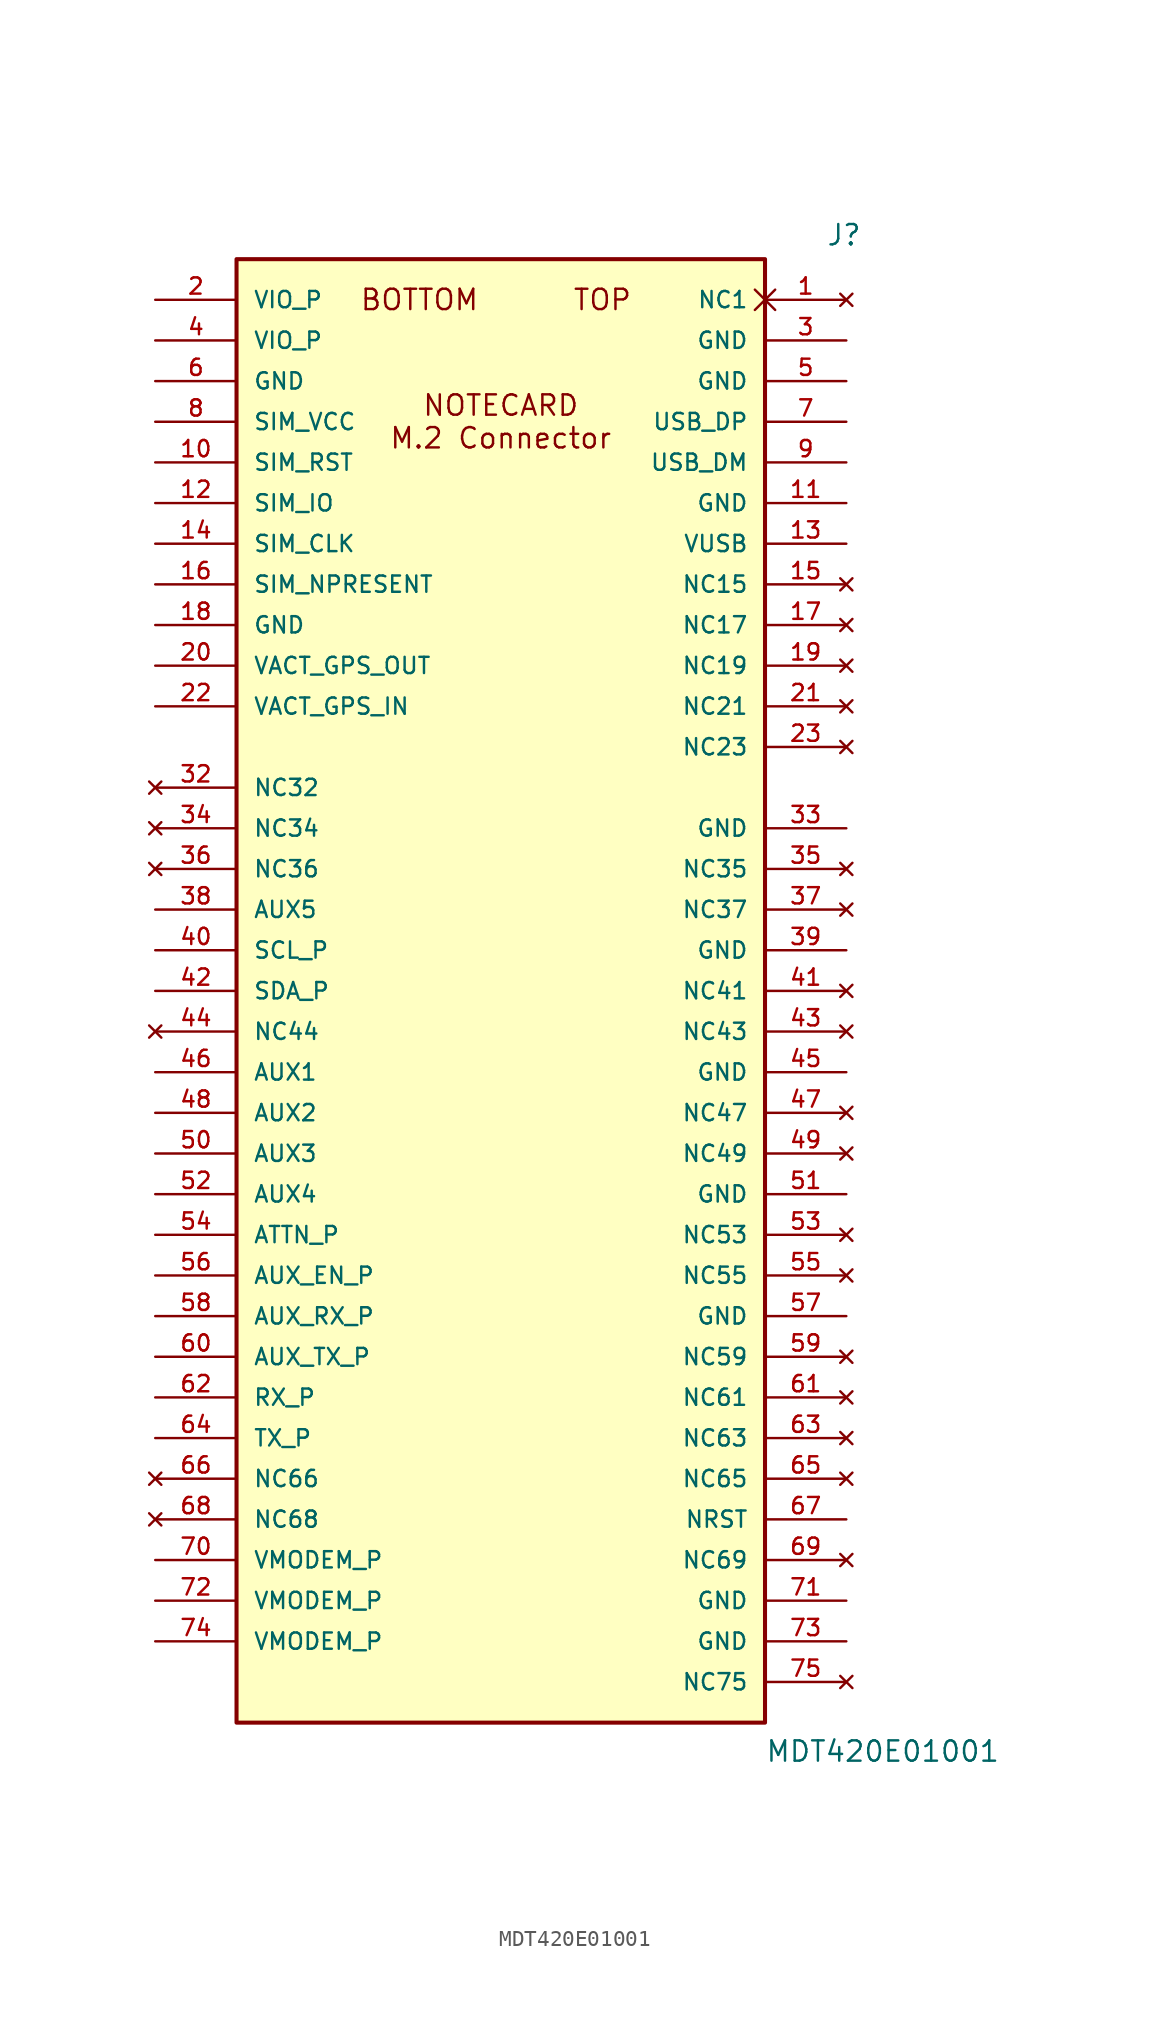
<source format=kicad_sym>
(kicad_symbol_lib
  (version 20220914)
  (generator kicad_symbol_editor)
  (symbol "MDT420E01001"
    (pin_names
      (offset 1.016))
    (property "Reference" "J"
      (at 20.32 46.482 0)
      (effects (font (size 1.27 1.27)) (justify left bottom)))
    (property "Value" "MDT420E01001"
      (at 16.51 -48.26 0)
      (effects (font (size 1.27 1.27)) (justify left bottom)))
    (symbol "MDT420E01001_0_0"
      (rectangle (start -16.51 45.72) (end 16.51 -45.72) (stroke (width 0.254) (type default)) (fill (type background))))
    (symbol "MDT420E01001_1_0"
      (pin no_connect non_logic (at 21.59 43.18 180) (length 5.08) (name "NC1" (effects (font (size 1.016 1.016)))) (number "1" (effects (font (size 1.016 1.016)))))
      (pin output line (at -21.59 33.02 0) (length 5.08) (name "SIM_RST" (effects (font (size 1.016 1.016)))) (number "10" (effects (font (size 1.016 1.016)))))
      (pin power_in line (at 21.59 30.48 180) (length 5.08) (name "GND" (effects (font (size 1.016 1.016)))) (number "11" (effects (font (size 1.016 1.016)))))
      (pin bidirectional line (at -21.59 30.48 0) (length 5.08) (name "SIM_IO" (effects (font (size 1.016 1.016)))) (number "12" (effects (font (size 1.016 1.016)))))
      (pin power_in line (at 21.59 27.94 180) (length 5.08) (name "VUSB" (effects (font (size 1.016 1.016)))) (number "13" (effects (font (size 1.016 1.016)))))
      (pin output line (at -21.59 27.94 0) (length 5.08) (name "SIM_CLK" (effects (font (size 1.016 1.016)))) (number "14" (effects (font (size 1.016 1.016)))))
      (pin no_connect line (at 21.59 25.4 180) (length 5.08) (name "NC15" (effects (font (size 1.016 1.016)))) (number "15" (effects (font (size 1.016 1.016)))))
      (pin input line (at -21.59 25.4 0) (length 5.08) (name "SIM_NPRESENT" (effects (font (size 1.016 1.016)))) (number "16" (effects (font (size 1.016 1.016)))))
      (pin no_connect line (at 21.59 22.86 180) (length 5.08) (name "NC17" (effects (font (size 1.016 1.016)))) (number "17" (effects (font (size 1.016 1.016)))))
      (pin power_in line (at -21.59 22.86 0) (length 5.08) (name "GND" (effects (font (size 1.016 1.016)))) (number "18" (effects (font (size 1.016 1.016)))))
      (pin no_connect line (at 21.59 20.32 180) (length 5.08) (name "NC19" (effects (font (size 1.016 1.016)))) (number "19" (effects (font (size 1.016 1.016)))))
      (pin power_in line (at -21.59 43.18 0) (length 5.08) (name "VIO_P" (effects (font (size 1.016 1.016)))) (number "2" (effects (font (size 1.016 1.016)))))
      (pin power_out line (at -21.59 20.32 0) (length 5.08) (name "VACT_GPS_OUT" (effects (font (size 1.016 1.016)))) (number "20" (effects (font (size 1.016 1.016)))))
      (pin no_connect line (at 21.59 17.78 180) (length 5.08) (name "NC21" (effects (font (size 1.016 1.016)))) (number "21" (effects (font (size 1.016 1.016)))))
      (pin power_in line (at -21.59 17.78 0) (length 5.08) (name "VACT_GPS_IN" (effects (font (size 1.016 1.016)))) (number "22" (effects (font (size 1.016 1.016)))))
      (pin no_connect line (at 21.59 15.24 180) (length 5.08) (name "NC23" (effects (font (size 1.016 1.016)))) (number "23" (effects (font (size 1.016 1.016)))))
      (pin power_in line (at 21.59 40.64 180) (length 5.08) (name "GND" (effects (font (size 1.016 1.016)))) (number "3" (effects (font (size 1.016 1.016)))))
      (pin no_connect line (at -21.59 12.7 0) (length 5.08) (name "NC32" (effects (font (size 1.016 1.016)))) (number "32" (effects (font (size 1.016 1.016)))))
      (pin power_in line (at 21.59 10.16 180) (length 5.08) (name "GND" (effects (font (size 1.016 1.016)))) (number "33" (effects (font (size 1.016 1.016)))))
      (pin no_connect line (at -21.59 10.16 0) (length 5.08) (name "NC34" (effects (font (size 1.016 1.016)))) (number "34" (effects (font (size 1.016 1.016)))))
      (pin no_connect line (at 21.59 7.62 180) (length 5.08) (name "NC35" (effects (font (size 1.016 1.016)))) (number "35" (effects (font (size 1.016 1.016)))))
      (pin no_connect line (at -21.59 7.62 0) (length 5.08) (name "NC36" (effects (font (size 1.016 1.016)))) (number "36" (effects (font (size 1.016 1.016)))))
      (pin no_connect line (at 21.59 5.08 180) (length 5.08) (name "NC37" (effects (font (size 1.016 1.016)))) (number "37" (effects (font (size 1.016 1.016)))))
      (pin bidirectional line (at -21.59 5.08 0) (length 5.08) (name "AUX5" (effects (font (size 1.016 1.016)))) (number "38" (effects (font (size 1.016 1.016)))))
      (pin power_in line (at 21.59 2.54 180) (length 5.08) (name "GND" (effects (font (size 1.016 1.016)))) (number "39" (effects (font (size 1.016 1.016)))))
      (pin power_in line (at -21.59 40.64 0) (length 5.08) (name "VIO_P" (effects (font (size 1.016 1.016)))) (number "4" (effects (font (size 1.016 1.016)))))
      (pin input line (at -21.59 2.54 0) (length 5.08) (name "SCL_P" (effects (font (size 1.016 1.016)))) (number "40" (effects (font (size 1.016 1.016)))))
      (pin no_connect line (at 21.59 0 180) (length 5.08) (name "NC41" (effects (font (size 1.016 1.016)))) (number "41" (effects (font (size 1.016 1.016)))))
      (pin bidirectional line (at -21.59 0 0) (length 5.08) (name "SDA_P" (effects (font (size 1.016 1.016)))) (number "42" (effects (font (size 1.016 1.016)))))
      (pin no_connect line (at 21.59 -2.54 180) (length 5.08) (name "NC43" (effects (font (size 1.016 1.016)))) (number "43" (effects (font (size 1.016 1.016)))))
      (pin no_connect line (at -21.59 -2.54 0) (length 5.08) (name "NC44" (effects (font (size 1.016 1.016)))) (number "44" (effects (font (size 1.016 1.016)))))
      (pin power_in line (at 21.59 -5.08 180) (length 5.08) (name "GND" (effects (font (size 1.016 1.016)))) (number "45" (effects (font (size 1.016 1.016)))))
      (pin bidirectional line (at -21.59 -5.08 0) (length 5.08) (name "AUX1" (effects (font (size 1.016 1.016)))) (number "46" (effects (font (size 1.016 1.016)))))
      (pin no_connect line (at 21.59 -7.62 180) (length 5.08) (name "NC47" (effects (font (size 1.016 1.016)))) (number "47" (effects (font (size 1.016 1.016)))))
      (pin bidirectional line (at -21.59 -7.62 0) (length 5.08) (name "AUX2" (effects (font (size 1.016 1.016)))) (number "48" (effects (font (size 1.016 1.016)))))
      (pin no_connect line (at 21.59 -10.16 180) (length 5.08) (name "NC49" (effects (font (size 1.016 1.016)))) (number "49" (effects (font (size 1.016 1.016)))))
      (pin power_in line (at 21.59 38.1 180) (length 5.08) (name "GND" (effects (font (size 1.016 1.016)))) (number "5" (effects (font (size 1.016 1.016)))))
      (pin bidirectional line (at -21.59 -10.16 0) (length 5.08) (name "AUX3" (effects (font (size 1.016 1.016)))) (number "50" (effects (font (size 1.016 1.016)))))
      (pin power_in line (at 21.59 -12.7 180) (length 5.08) (name "GND" (effects (font (size 1.016 1.016)))) (number "51" (effects (font (size 1.016 1.016)))))
      (pin bidirectional line (at -21.59 -12.7 0) (length 5.08) (name "AUX4" (effects (font (size 1.016 1.016)))) (number "52" (effects (font (size 1.016 1.016)))))
      (pin no_connect line (at 21.59 -15.24 180) (length 5.08) (name "NC53" (effects (font (size 1.016 1.016)))) (number "53" (effects (font (size 1.016 1.016)))))
      (pin output line (at -21.59 -15.24 0) (length 5.08) (name "ATTN_P" (effects (font (size 1.016 1.016)))) (number "54" (effects (font (size 1.016 1.016)))))
      (pin no_connect line (at 21.59 -17.78 180) (length 5.08) (name "NC55" (effects (font (size 1.016 1.016)))) (number "55" (effects (font (size 1.016 1.016)))))
      (pin input line (at -21.59 -17.78 0) (length 5.08) (name "AUX_EN_P" (effects (font (size 1.016 1.016)))) (number "56" (effects (font (size 1.016 1.016)))))
      (pin power_in line (at 21.59 -20.32 180) (length 5.08) (name "GND" (effects (font (size 1.016 1.016)))) (number "57" (effects (font (size 1.016 1.016)))))
      (pin input line (at -21.59 -20.32 0) (length 5.08) (name "AUX_RX_P" (effects (font (size 1.016 1.016)))) (number "58" (effects (font (size 1.016 1.016)))))
      (pin no_connect line (at 21.59 -22.86 180) (length 5.08) (name "NC59" (effects (font (size 1.016 1.016)))) (number "59" (effects (font (size 1.016 1.016)))))
      (pin power_in line (at -21.59 38.1 0) (length 5.08) (name "GND" (effects (font (size 1.016 1.016)))) (number "6" (effects (font (size 1.016 1.016)))))
      (pin output line (at -21.59 -22.86 0) (length 5.08) (name "AUX_TX_P" (effects (font (size 1.016 1.016)))) (number "60" (effects (font (size 1.016 1.016)))))
      (pin no_connect line (at 21.59 -25.4 180) (length 5.08) (name "NC61" (effects (font (size 1.016 1.016)))) (number "61" (effects (font (size 1.016 1.016)))))
      (pin input line (at -21.59 -25.4 0) (length 5.08) (name "RX_P" (effects (font (size 1.016 1.016)))) (number "62" (effects (font (size 1.016 1.016)))))
      (pin no_connect line (at 21.59 -27.94 180) (length 5.08) (name "NC63" (effects (font (size 1.016 1.016)))) (number "63" (effects (font (size 1.016 1.016)))))
      (pin output line (at -21.59 -27.94 0) (length 5.08) (name "TX_P" (effects (font (size 1.016 1.016)))) (number "64" (effects (font (size 1.016 1.016)))))
      (pin no_connect line (at 21.59 -30.48 180) (length 5.08) (name "NC65" (effects (font (size 1.016 1.016)))) (number "65" (effects (font (size 1.016 1.016)))))
      (pin no_connect line (at -21.59 -30.48 0) (length 5.08) (name "NC66" (effects (font (size 1.016 1.016)))) (number "66" (effects (font (size 1.016 1.016)))))
      (pin bidirectional line (at 21.59 -33.02 180) (length 5.08) (name "NRST" (effects (font (size 1.016 1.016)))) (number "67" (effects (font (size 1.016 1.016)))))
      (pin no_connect line (at -21.59 -33.02 0) (length 5.08) (name "NC68" (effects (font (size 1.016 1.016)))) (number "68" (effects (font (size 1.016 1.016)))))
      (pin no_connect line (at 21.59 -35.56 180) (length 5.08) (name "NC69" (effects (font (size 1.016 1.016)))) (number "69" (effects (font (size 1.016 1.016)))))
      (pin bidirectional line (at 21.59 35.56 180) (length 5.08) (name "USB_DP" (effects (font (size 1.016 1.016)))) (number "7" (effects (font (size 1.016 1.016)))))
      (pin power_in line (at -21.59 -35.56 0) (length 5.08) (name "VMODEM_P" (effects (font (size 1.016 1.016)))) (number "70" (effects (font (size 1.016 1.016)))))
      (pin power_in line (at 21.59 -38.1 180) (length 5.08) (name "GND" (effects (font (size 1.016 1.016)))) (number "71" (effects (font (size 1.016 1.016)))))
      (pin power_in line (at -21.59 -38.1 0) (length 5.08) (name "VMODEM_P" (effects (font (size 1.016 1.016)))) (number "72" (effects (font (size 1.016 1.016)))))
      (pin power_in line (at 21.59 -40.64 180) (length 5.08) (name "GND" (effects (font (size 1.016 1.016)))) (number "73" (effects (font (size 1.016 1.016)))))
      (pin power_in line (at -21.59 -40.64 0) (length 5.08) (name "VMODEM_P" (effects (font (size 1.016 1.016)))) (number "74" (effects (font (size 1.016 1.016)))))
      (pin no_connect line (at 21.59 -43.18 180) (length 5.08) (name "NC75" (effects (font (size 1.016 1.016)))) (number "75" (effects (font (size 1.016 1.016)))))
      (pin power_out line (at -21.59 35.56 0) (length 5.08) (name "SIM_VCC" (effects (font (size 1.016 1.016)))) (number "8" (effects (font (size 1.016 1.016)))))
      (pin bidirectional line (at 21.59 33.02 180) (length 5.08) (name "USB_DM" (effects (font (size 1.016 1.016)))) (number "9" (effects (font (size 1.016 1.016))))))
    (symbol "MDT420E01001_1_1"
      (text "BOTTOM\n" (at -5.08 43.18 0) (effects (font (size 1.27 1.27))))
      (text "NOTECARD\nM.2 Connector" (at 0 35.56 0) (effects (font (size 1.27 1.27))))
      (text "TOP\n" (at 6.35 43.18 0) (effects (font (size 1.27 1.27)))))))
</source>
